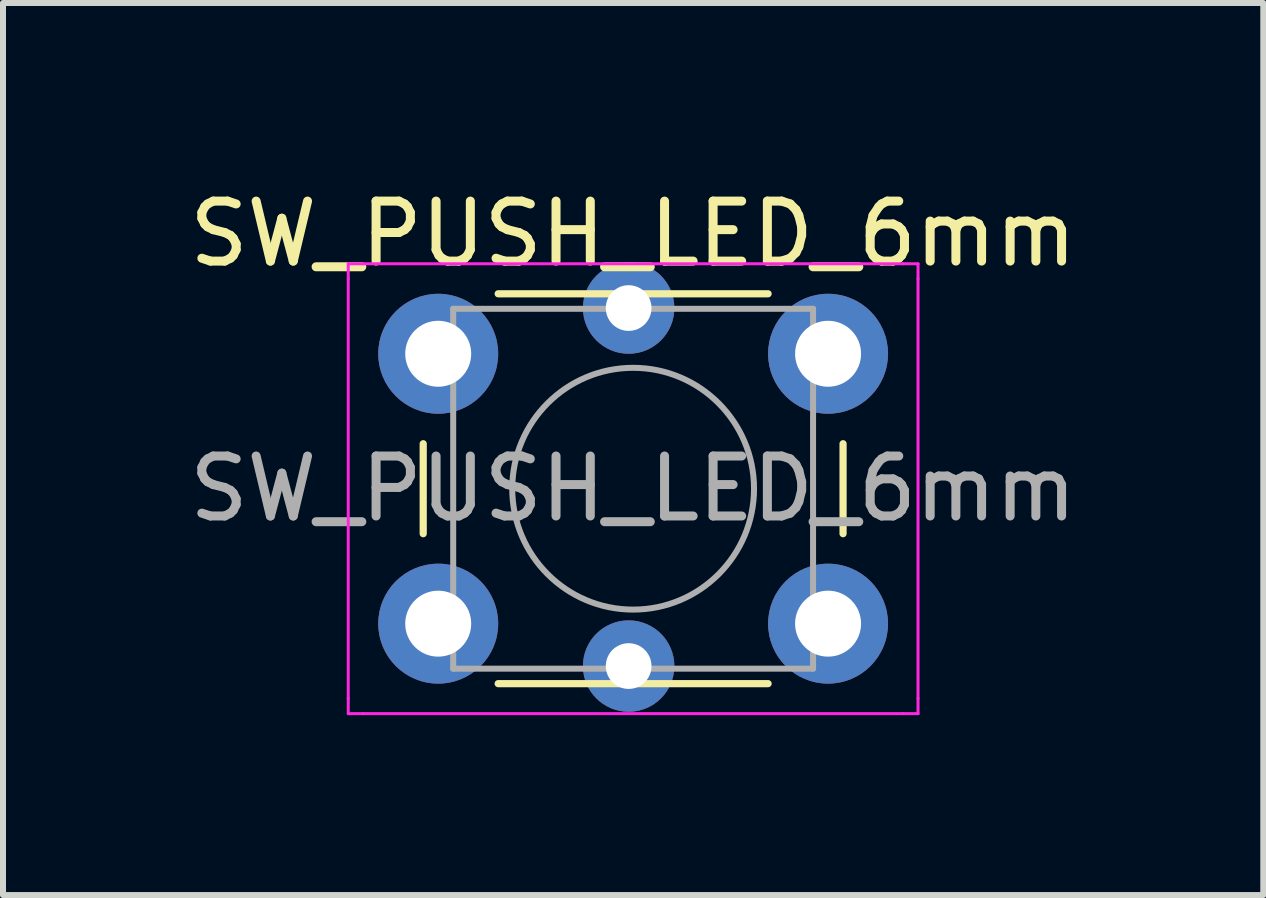
<source format=kicad_pcb>
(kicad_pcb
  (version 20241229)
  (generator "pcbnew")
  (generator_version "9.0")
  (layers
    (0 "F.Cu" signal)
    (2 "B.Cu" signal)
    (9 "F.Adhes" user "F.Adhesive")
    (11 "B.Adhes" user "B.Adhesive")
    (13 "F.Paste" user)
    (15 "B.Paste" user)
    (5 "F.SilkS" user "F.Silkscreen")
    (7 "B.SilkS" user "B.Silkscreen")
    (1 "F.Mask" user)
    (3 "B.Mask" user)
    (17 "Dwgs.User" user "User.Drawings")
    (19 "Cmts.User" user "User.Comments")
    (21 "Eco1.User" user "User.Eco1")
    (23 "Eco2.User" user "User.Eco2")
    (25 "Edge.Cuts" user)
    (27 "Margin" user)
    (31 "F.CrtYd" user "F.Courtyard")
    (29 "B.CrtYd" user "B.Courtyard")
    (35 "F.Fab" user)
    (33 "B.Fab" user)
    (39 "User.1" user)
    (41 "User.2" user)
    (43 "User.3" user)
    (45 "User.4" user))
  (footprint "SW_PUSH_LED_6mm"
    (layer "F.Cu")
    (at 7.431 5.134)
    (property "Reference" "SW_PUSH_LED_6mm" (at 0.075 -4.286 0) (layer "F.SilkS") (effects (font (size 1 1) (thickness 0.15))))
    (attr through_hole)
    (fp_line (start -3.425 -0.786) (end -3.425 0.714) (stroke (width 0.12) (type solid)) (layer "F.SilkS"))
    (fp_line (start -2.175 3.214) (end 2.325 3.214) (stroke (width 0.12) (type solid)) (layer "F.SilkS"))
    (fp_line (start 2.325 -3.286) (end -2.175 -3.286) (stroke (width 0.12) (type solid)) (layer "F.SilkS"))
    (fp_line (start 3.575 0.714) (end 3.575 -0.786) (stroke (width 0.12) (type solid)) (layer "F.SilkS"))
    (fp_line (start -4.675 -3.786) (end -4.425 -3.786) (stroke (width 0.05) (type solid)) (layer "F.CrtYd"))
    (fp_line (start -4.675 -3.536) (end -4.675 -3.786) (stroke (width 0.05) (type solid)) (layer "F.CrtYd"))
    (fp_line (start -4.675 3.464) (end -4.675 -3.536) (stroke (width 0.05) (type solid)) (layer "F.CrtYd"))
    (fp_line (start -4.675 3.464) (end -4.675 3.714) (stroke (width 0.05) (type solid)) (layer "F.CrtYd"))
    (fp_line (start -4.675 3.714) (end -4.425 3.714) (stroke (width 0.05) (type solid)) (layer "F.CrtYd"))
    (fp_line (start -4.425 -3.786) (end 4.575 -3.786) (stroke (width 0.05) (type solid)) (layer "F.CrtYd"))
    (fp_line (start 4.575 -3.786) (end 4.825 -3.786) (stroke (width 0.05) (type solid)) (layer "F.CrtYd"))
    (fp_line (start 4.575 3.714) (end -4.425 3.714) (stroke (width 0.05) (type solid)) (layer "F.CrtYd"))
    (fp_line (start 4.575 3.714) (end 4.825 3.714) (stroke (width 0.05) (type solid)) (layer "F.CrtYd"))
    (fp_line (start 4.825 -3.786) (end 4.825 -3.536) (stroke (width 0.05) (type solid)) (layer "F.CrtYd"))
    (fp_line (start 4.825 -3.536) (end 4.825 3.464) (stroke (width 0.05) (type solid)) (layer "F.CrtYd"))
    (fp_line (start 4.825 3.714) (end 4.825 3.464) (stroke (width 0.05) (type solid)) (layer "F.CrtYd"))
    (fp_line (start -2.925 -3.036) (end 0.075 -3.036) (stroke (width 0.1) (type solid)) (layer "F.Fab"))
    (fp_line (start -2.925 2.964) (end -2.925 -3.036) (stroke (width 0.1) (type solid)) (layer "F.Fab"))
    (fp_line (start 0.075 -3.036) (end 3.075 -3.036) (stroke (width 0.1) (type solid)) (layer "F.Fab"))
    (fp_line (start 3.075 -3.036) (end 3.075 2.964) (stroke (width 0.1) (type solid)) (layer "F.Fab"))
    (fp_line (start 3.075 2.964) (end -2.925 2.964) (stroke (width 0.1) (type solid)) (layer "F.Fab"))
    (fp_circle (center 0.075 -0.036) (end -1.925 0.214) (stroke (width 0.1) (type solid)) (fill no) (layer "F.Fab"))
    (fp_text user "${REFERENCE}" (at 0.075 -0.036 0) (layer "F.Fab") (effects (font (size 1 1) (thickness 0.15))))
    (pad "1" thru_hole circle (at -3.175 -2.286 90) (size 2 2) (drill 1.1) (layers "*.Cu" "*.Mask"))
    (pad "1" thru_hole circle (at 3.325 -2.286 90) (size 2 2) (drill 1.1) (layers "*.Cu" "*.Mask"))
    (pad "2" thru_hole circle (at -3.175 2.214 90) (size 2 2) (drill 1.1) (layers "*.Cu" "*.Mask"))
    (pad "2" thru_hole circle (at 3.325 2.214 90) (size 2 2) (drill 1.1) (layers "*.Cu" "*.Mask"))
    (pad "3" thru_hole circle (at 0 -3.048) (size 1.524 1.524) (drill 0.762) (layers "*.Cu" "*.Mask"))
    (pad "4" thru_hole circle (at 0 2.921) (size 1.524 1.524) (drill 0.762) (layers "*.Cu" "*.Mask")))
  (gr_rect
    (start -3 -3)
    (end 18.012 11.873)
    (stroke (width 0.1) (type default))
    (fill no)
    (layer "Edge.Cuts")))
</source>
